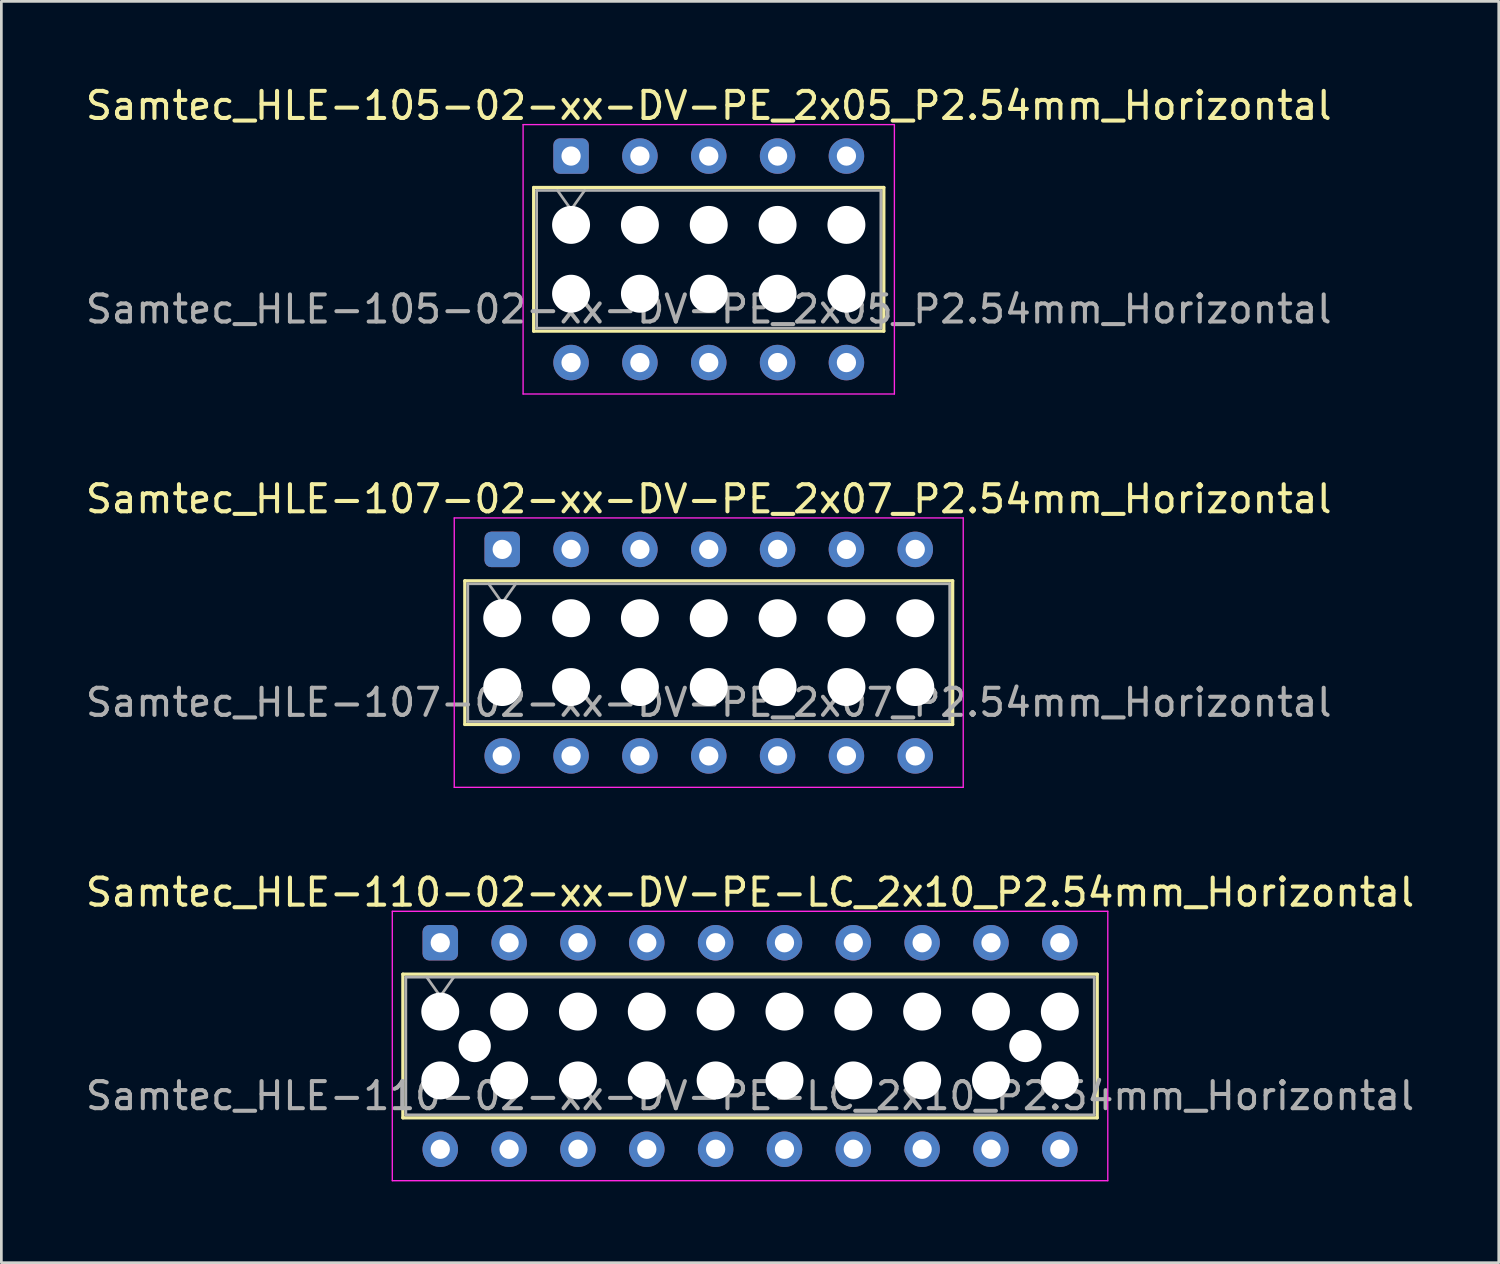
<source format=kicad_pcb>
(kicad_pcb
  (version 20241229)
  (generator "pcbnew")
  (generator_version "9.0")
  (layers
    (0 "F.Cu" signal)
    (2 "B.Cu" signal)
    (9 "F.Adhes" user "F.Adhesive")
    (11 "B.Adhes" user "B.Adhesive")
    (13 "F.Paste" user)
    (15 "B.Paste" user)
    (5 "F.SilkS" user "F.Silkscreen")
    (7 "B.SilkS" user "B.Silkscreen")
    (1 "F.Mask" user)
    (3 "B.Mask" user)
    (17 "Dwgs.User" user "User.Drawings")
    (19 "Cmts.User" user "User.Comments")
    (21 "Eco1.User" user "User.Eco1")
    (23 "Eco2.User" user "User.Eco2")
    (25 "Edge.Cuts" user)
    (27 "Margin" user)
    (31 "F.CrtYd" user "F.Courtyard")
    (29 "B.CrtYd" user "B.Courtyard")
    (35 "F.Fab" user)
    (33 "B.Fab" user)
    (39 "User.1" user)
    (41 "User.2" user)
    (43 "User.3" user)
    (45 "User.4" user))
  (footprint "Samtec_HLE-107-02-xx-DV-PE_2x07_P2.54mm_Horizontal"
    (layer "F.Cu")
    (at 15.481 17.221)
    (property "Reference" "Samtec_HLE-107-02-xx-DV-PE_2x07_P2.54mm_Horizontal" (at 7.62 -1.86 0) (layer "F.SilkS") (effects (font (size 1 1) (thickness 0.15))))
    (attr through_hole)
    (fp_line (start -1.38 1.16) (end 16.62 1.16) (stroke (width 0.12) (type solid)) (layer "F.SilkS"))
    (fp_line (start -1.38 6.46) (end -1.38 1.16) (stroke (width 0.12) (type solid)) (layer "F.SilkS"))
    (fp_line (start 16.62 1.16) (end 16.62 6.46) (stroke (width 0.12) (type solid)) (layer "F.SilkS"))
    (fp_line (start 16.62 6.46) (end -1.38 6.46) (stroke (width 0.12) (type solid)) (layer "F.SilkS"))
    (fp_line (start -1.77 -1.16) (end 17.01 -1.16) (stroke (width 0.05) (type solid)) (layer "F.CrtYd"))
    (fp_line (start -1.77 8.78) (end -1.77 -1.16) (stroke (width 0.05) (type solid)) (layer "F.CrtYd"))
    (fp_line (start 17.01 -1.16) (end 17.01 8.78) (stroke (width 0.05) (type solid)) (layer "F.CrtYd"))
    (fp_line (start 17.01 8.78) (end -1.77 8.78) (stroke (width 0.05) (type solid)) (layer "F.CrtYd"))
    (fp_line (start -1.27 1.27) (end 16.51 1.27) (stroke (width 0.1) (type solid)) (layer "F.Fab"))
    (fp_line (start -1.27 6.35) (end -1.27 1.27) (stroke (width 0.1) (type solid)) (layer "F.Fab"))
    (fp_line (start -0.5 1.27) (end 0 1.977) (stroke (width 0.1) (type solid)) (layer "F.Fab"))
    (fp_line (start 0 1.977) (end 0.5 1.27) (stroke (width 0.1) (type solid)) (layer "F.Fab"))
    (fp_line (start 16.51 1.27) (end 16.51 6.35) (stroke (width 0.1) (type solid)) (layer "F.Fab"))
    (fp_line (start 16.51 6.35) (end -1.27 6.35) (stroke (width 0.1) (type solid)) (layer "F.Fab"))
    (fp_text user "${REFERENCE}" (at 7.62 5.65 0) (layer "F.Fab") (effects (font (size 1 1) (thickness 0.15))))
    (pad "" np_thru_hole circle (at 0 2.54) (size 1.4 1.4) (drill 1.4) (layers "*.Cu" "*.Mask"))
    (pad "" np_thru_hole circle (at 0 5.08) (size 1.4 1.4) (drill 1.4) (layers "*.Cu" "*.Mask"))
    (pad "" np_thru_hole circle (at 2.54 2.54) (size 1.4 1.4) (drill 1.4) (layers "*.Cu" "*.Mask"))
    (pad "" np_thru_hole circle (at 2.54 5.08) (size 1.4 1.4) (drill 1.4) (layers "*.Cu" "*.Mask"))
    (pad "" np_thru_hole circle (at 5.08 2.54) (size 1.4 1.4) (drill 1.4) (layers "*.Cu" "*.Mask"))
    (pad "" np_thru_hole circle (at 5.08 5.08) (size 1.4 1.4) (drill 1.4) (layers "*.Cu" "*.Mask"))
    (pad "" np_thru_hole circle (at 7.62 2.54) (size 1.4 1.4) (drill 1.4) (layers "*.Cu" "*.Mask"))
    (pad "" np_thru_hole circle (at 7.62 5.08) (size 1.4 1.4) (drill 1.4) (layers "*.Cu" "*.Mask"))
    (pad "" np_thru_hole circle (at 10.16 2.54) (size 1.4 1.4) (drill 1.4) (layers "*.Cu" "*.Mask"))
    (pad "" np_thru_hole circle (at 10.16 5.08) (size 1.4 1.4) (drill 1.4) (layers "*.Cu" "*.Mask"))
    (pad "" np_thru_hole circle (at 12.7 2.54) (size 1.4 1.4) (drill 1.4) (layers "*.Cu" "*.Mask"))
    (pad "" np_thru_hole circle (at 12.7 5.08) (size 1.4 1.4) (drill 1.4) (layers "*.Cu" "*.Mask"))
    (pad "" np_thru_hole circle (at 15.24 2.54) (size 1.4 1.4) (drill 1.4) (layers "*.Cu" "*.Mask"))
    (pad "" np_thru_hole circle (at 15.24 5.08) (size 1.4 1.4) (drill 1.4) (layers "*.Cu" "*.Mask"))
    (pad "1" thru_hole roundrect (at 0 0) (size 1.31 1.31) (drill 0.71) (layers "*.Cu" "*.Mask") (roundrect_rratio 0.191))
    (pad "2" thru_hole circle (at 0 7.62) (size 1.31 1.31) (drill 0.71) (layers "*.Cu" "*.Mask"))
    (pad "3" thru_hole circle (at 2.54 0) (size 1.31 1.31) (drill 0.71) (layers "*.Cu" "*.Mask"))
    (pad "4" thru_hole circle (at 2.54 7.62) (size 1.31 1.31) (drill 0.71) (layers "*.Cu" "*.Mask"))
    (pad "5" thru_hole circle (at 5.08 0) (size 1.31 1.31) (drill 0.71) (layers "*.Cu" "*.Mask"))
    (pad "6" thru_hole circle (at 5.08 7.62) (size 1.31 1.31) (drill 0.71) (layers "*.Cu" "*.Mask"))
    (pad "7" thru_hole circle (at 7.62 0) (size 1.31 1.31) (drill 0.71) (layers "*.Cu" "*.Mask"))
    (pad "8" thru_hole circle (at 7.62 7.62) (size 1.31 1.31) (drill 0.71) (layers "*.Cu" "*.Mask"))
    (pad "9" thru_hole circle (at 10.16 0) (size 1.31 1.31) (drill 0.71) (layers "*.Cu" "*.Mask"))
    (pad "10" thru_hole circle (at 10.16 7.62) (size 1.31 1.31) (drill 0.71) (layers "*.Cu" "*.Mask"))
    (pad "11" thru_hole circle (at 12.7 0) (size 1.31 1.31) (drill 0.71) (layers "*.Cu" "*.Mask"))
    (pad "12" thru_hole circle (at 12.7 7.62) (size 1.31 1.31) (drill 0.71) (layers "*.Cu" "*.Mask"))
    (pad "13" thru_hole circle (at 15.24 0) (size 1.31 1.31) (drill 0.71) (layers "*.Cu" "*.Mask"))
    (pad "14" thru_hole circle (at 15.24 7.62) (size 1.31 1.31) (drill 0.71) (layers "*.Cu" "*.Mask")))
  (footprint "Samtec_HLE-105-02-xx-DV-PE_2x05_P2.54mm_Horizontal"
    (layer "F.Cu")
    (at 18.021 2.708)
    (property "Reference" "Samtec_HLE-105-02-xx-DV-PE_2x05_P2.54mm_Horizontal" (at 5.08 -1.86 0) (layer "F.SilkS") (effects (font (size 1 1) (thickness 0.15))))
    (attr through_hole)
    (fp_line (start -1.38 1.16) (end 11.54 1.16) (stroke (width 0.12) (type solid)) (layer "F.SilkS"))
    (fp_line (start -1.38 6.46) (end -1.38 1.16) (stroke (width 0.12) (type solid)) (layer "F.SilkS"))
    (fp_line (start 11.54 1.16) (end 11.54 6.46) (stroke (width 0.12) (type solid)) (layer "F.SilkS"))
    (fp_line (start 11.54 6.46) (end -1.38 6.46) (stroke (width 0.12) (type solid)) (layer "F.SilkS"))
    (fp_line (start -1.77 -1.16) (end 11.93 -1.16) (stroke (width 0.05) (type solid)) (layer "F.CrtYd"))
    (fp_line (start -1.77 8.78) (end -1.77 -1.16) (stroke (width 0.05) (type solid)) (layer "F.CrtYd"))
    (fp_line (start 11.93 -1.16) (end 11.93 8.78) (stroke (width 0.05) (type solid)) (layer "F.CrtYd"))
    (fp_line (start 11.93 8.78) (end -1.77 8.78) (stroke (width 0.05) (type solid)) (layer "F.CrtYd"))
    (fp_line (start -1.27 1.27) (end 11.43 1.27) (stroke (width 0.1) (type solid)) (layer "F.Fab"))
    (fp_line (start -1.27 6.35) (end -1.27 1.27) (stroke (width 0.1) (type solid)) (layer "F.Fab"))
    (fp_line (start -0.5 1.27) (end 0 1.977) (stroke (width 0.1) (type solid)) (layer "F.Fab"))
    (fp_line (start 0 1.977) (end 0.5 1.27) (stroke (width 0.1) (type solid)) (layer "F.Fab"))
    (fp_line (start 11.43 1.27) (end 11.43 6.35) (stroke (width 0.1) (type solid)) (layer "F.Fab"))
    (fp_line (start 11.43 6.35) (end -1.27 6.35) (stroke (width 0.1) (type solid)) (layer "F.Fab"))
    (fp_text user "${REFERENCE}" (at 5.08 5.65 0) (layer "F.Fab") (effects (font (size 1 1) (thickness 0.15))))
    (pad "" np_thru_hole circle (at 0 2.54) (size 1.4 1.4) (drill 1.4) (layers "*.Cu" "*.Mask"))
    (pad "" np_thru_hole circle (at 0 5.08) (size 1.4 1.4) (drill 1.4) (layers "*.Cu" "*.Mask"))
    (pad "" np_thru_hole circle (at 2.54 2.54) (size 1.4 1.4) (drill 1.4) (layers "*.Cu" "*.Mask"))
    (pad "" np_thru_hole circle (at 2.54 5.08) (size 1.4 1.4) (drill 1.4) (layers "*.Cu" "*.Mask"))
    (pad "" np_thru_hole circle (at 5.08 2.54) (size 1.4 1.4) (drill 1.4) (layers "*.Cu" "*.Mask"))
    (pad "" np_thru_hole circle (at 5.08 5.08) (size 1.4 1.4) (drill 1.4) (layers "*.Cu" "*.Mask"))
    (pad "" np_thru_hole circle (at 7.62 2.54) (size 1.4 1.4) (drill 1.4) (layers "*.Cu" "*.Mask"))
    (pad "" np_thru_hole circle (at 7.62 5.08) (size 1.4 1.4) (drill 1.4) (layers "*.Cu" "*.Mask"))
    (pad "" np_thru_hole circle (at 10.16 2.54) (size 1.4 1.4) (drill 1.4) (layers "*.Cu" "*.Mask"))
    (pad "" np_thru_hole circle (at 10.16 5.08) (size 1.4 1.4) (drill 1.4) (layers "*.Cu" "*.Mask"))
    (pad "1" thru_hole roundrect (at 0 0) (size 1.31 1.31) (drill 0.71) (layers "*.Cu" "*.Mask") (roundrect_rratio 0.191))
    (pad "2" thru_hole circle (at 0 7.62) (size 1.31 1.31) (drill 0.71) (layers "*.Cu" "*.Mask"))
    (pad "3" thru_hole circle (at 2.54 0) (size 1.31 1.31) (drill 0.71) (layers "*.Cu" "*.Mask"))
    (pad "4" thru_hole circle (at 2.54 7.62) (size 1.31 1.31) (drill 0.71) (layers "*.Cu" "*.Mask"))
    (pad "5" thru_hole circle (at 5.08 0) (size 1.31 1.31) (drill 0.71) (layers "*.Cu" "*.Mask"))
    (pad "6" thru_hole circle (at 5.08 7.62) (size 1.31 1.31) (drill 0.71) (layers "*.Cu" "*.Mask"))
    (pad "7" thru_hole circle (at 7.62 0) (size 1.31 1.31) (drill 0.71) (layers "*.Cu" "*.Mask"))
    (pad "8" thru_hole circle (at 7.62 7.62) (size 1.31 1.31) (drill 0.71) (layers "*.Cu" "*.Mask"))
    (pad "9" thru_hole circle (at 10.16 0) (size 1.31 1.31) (drill 0.71) (layers "*.Cu" "*.Mask"))
    (pad "10" thru_hole circle (at 10.16 7.62) (size 1.31 1.31) (drill 0.71) (layers "*.Cu" "*.Mask")))
  (footprint "Samtec_HLE-110-02-xx-DV-PE-LC_2x10_P2.54mm_Horizontal"
    (layer "F.Cu")
    (at 13.195 31.735)
    (property "Reference" "Samtec_HLE-110-02-xx-DV-PE-LC_2x10_P2.54mm_Horizontal" (at 11.43 -1.86 0) (layer "F.SilkS") (effects (font (size 1 1) (thickness 0.15))))
    (attr through_hole)
    (fp_line (start -1.38 1.16) (end 24.24 1.16) (stroke (width 0.12) (type solid)) (layer "F.SilkS"))
    (fp_line (start -1.38 6.46) (end -1.38 1.16) (stroke (width 0.12) (type solid)) (layer "F.SilkS"))
    (fp_line (start 24.24 1.16) (end 24.24 6.46) (stroke (width 0.12) (type solid)) (layer "F.SilkS"))
    (fp_line (start 24.24 6.46) (end -1.38 6.46) (stroke (width 0.12) (type solid)) (layer "F.SilkS"))
    (fp_line (start -1.77 -1.16) (end 24.63 -1.16) (stroke (width 0.05) (type solid)) (layer "F.CrtYd"))
    (fp_line (start -1.77 8.78) (end -1.77 -1.16) (stroke (width 0.05) (type solid)) (layer "F.CrtYd"))
    (fp_line (start 24.63 -1.16) (end 24.63 8.78) (stroke (width 0.05) (type solid)) (layer "F.CrtYd"))
    (fp_line (start 24.63 8.78) (end -1.77 8.78) (stroke (width 0.05) (type solid)) (layer "F.CrtYd"))
    (fp_line (start -1.27 1.27) (end 24.13 1.27) (stroke (width 0.1) (type solid)) (layer "F.Fab"))
    (fp_line (start -1.27 6.35) (end -1.27 1.27) (stroke (width 0.1) (type solid)) (layer "F.Fab"))
    (fp_line (start -0.5 1.27) (end 0 1.977) (stroke (width 0.1) (type solid)) (layer "F.Fab"))
    (fp_line (start 0 1.977) (end 0.5 1.27) (stroke (width 0.1) (type solid)) (layer "F.Fab"))
    (fp_line (start 24.13 1.27) (end 24.13 6.35) (stroke (width 0.1) (type solid)) (layer "F.Fab"))
    (fp_line (start 24.13 6.35) (end -1.27 6.35) (stroke (width 0.1) (type solid)) (layer "F.Fab"))
    (fp_text user "${REFERENCE}" (at 11.43 5.65 0) (layer "F.Fab") (effects (font (size 1 1) (thickness 0.15))))
    (pad "" np_thru_hole circle (at 0 2.54) (size 1.4 1.4) (drill 1.4) (layers "*.Cu" "*.Mask"))
    (pad "" np_thru_hole circle (at 0 5.08) (size 1.4 1.4) (drill 1.4) (layers "*.Cu" "*.Mask"))
    (pad "" np_thru_hole circle (at 1.27 3.81) (size 1.19 1.19) (drill 1.19) (layers "*.Cu" "*.Mask"))
    (pad "" np_thru_hole circle (at 2.54 2.54) (size 1.4 1.4) (drill 1.4) (layers "*.Cu" "*.Mask"))
    (pad "" np_thru_hole circle (at 2.54 5.08) (size 1.4 1.4) (drill 1.4) (layers "*.Cu" "*.Mask"))
    (pad "" np_thru_hole circle (at 5.08 2.54) (size 1.4 1.4) (drill 1.4) (layers "*.Cu" "*.Mask"))
    (pad "" np_thru_hole circle (at 5.08 5.08) (size 1.4 1.4) (drill 1.4) (layers "*.Cu" "*.Mask"))
    (pad "" np_thru_hole circle (at 7.62 2.54) (size 1.4 1.4) (drill 1.4) (layers "*.Cu" "*.Mask"))
    (pad "" np_thru_hole circle (at 7.62 5.08) (size 1.4 1.4) (drill 1.4) (layers "*.Cu" "*.Mask"))
    (pad "" np_thru_hole circle (at 10.16 2.54) (size 1.4 1.4) (drill 1.4) (layers "*.Cu" "*.Mask"))
    (pad "" np_thru_hole circle (at 10.16 5.08) (size 1.4 1.4) (drill 1.4) (layers "*.Cu" "*.Mask"))
    (pad "" np_thru_hole circle (at 12.7 2.54) (size 1.4 1.4) (drill 1.4) (layers "*.Cu" "*.Mask"))
    (pad "" np_thru_hole circle (at 12.7 5.08) (size 1.4 1.4) (drill 1.4) (layers "*.Cu" "*.Mask"))
    (pad "" np_thru_hole circle (at 15.24 2.54) (size 1.4 1.4) (drill 1.4) (layers "*.Cu" "*.Mask"))
    (pad "" np_thru_hole circle (at 15.24 5.08) (size 1.4 1.4) (drill 1.4) (layers "*.Cu" "*.Mask"))
    (pad "" np_thru_hole circle (at 17.78 2.54) (size 1.4 1.4) (drill 1.4) (layers "*.Cu" "*.Mask"))
    (pad "" np_thru_hole circle (at 17.78 5.08) (size 1.4 1.4) (drill 1.4) (layers "*.Cu" "*.Mask"))
    (pad "" np_thru_hole circle (at 20.32 2.54) (size 1.4 1.4) (drill 1.4) (layers "*.Cu" "*.Mask"))
    (pad "" np_thru_hole circle (at 20.32 5.08) (size 1.4 1.4) (drill 1.4) (layers "*.Cu" "*.Mask"))
    (pad "" np_thru_hole circle (at 21.59 3.81) (size 1.19 1.19) (drill 1.19) (layers "*.Cu" "*.Mask"))
    (pad "" np_thru_hole circle (at 22.86 2.54) (size 1.4 1.4) (drill 1.4) (layers "*.Cu" "*.Mask"))
    (pad "" np_thru_hole circle (at 22.86 5.08) (size 1.4 1.4) (drill 1.4) (layers "*.Cu" "*.Mask"))
    (pad "1" thru_hole roundrect (at 0 0) (size 1.31 1.31) (drill 0.71) (layers "*.Cu" "*.Mask") (roundrect_rratio 0.191))
    (pad "2" thru_hole circle (at 0 7.62) (size 1.31 1.31) (drill 0.71) (layers "*.Cu" "*.Mask"))
    (pad "3" thru_hole circle (at 2.54 0) (size 1.31 1.31) (drill 0.71) (layers "*.Cu" "*.Mask"))
    (pad "4" thru_hole circle (at 2.54 7.62) (size 1.31 1.31) (drill 0.71) (layers "*.Cu" "*.Mask"))
    (pad "5" thru_hole circle (at 5.08 0) (size 1.31 1.31) (drill 0.71) (layers "*.Cu" "*.Mask"))
    (pad "6" thru_hole circle (at 5.08 7.62) (size 1.31 1.31) (drill 0.71) (layers "*.Cu" "*.Mask"))
    (pad "7" thru_hole circle (at 7.62 0) (size 1.31 1.31) (drill 0.71) (layers "*.Cu" "*.Mask"))
    (pad "8" thru_hole circle (at 7.62 7.62) (size 1.31 1.31) (drill 0.71) (layers "*.Cu" "*.Mask"))
    (pad "9" thru_hole circle (at 10.16 0) (size 1.31 1.31) (drill 0.71) (layers "*.Cu" "*.Mask"))
    (pad "10" thru_hole circle (at 10.16 7.62) (size 1.31 1.31) (drill 0.71) (layers "*.Cu" "*.Mask"))
    (pad "11" thru_hole circle (at 12.7 0) (size 1.31 1.31) (drill 0.71) (layers "*.Cu" "*.Mask"))
    (pad "12" thru_hole circle (at 12.7 7.62) (size 1.31 1.31) (drill 0.71) (layers "*.Cu" "*.Mask"))
    (pad "13" thru_hole circle (at 15.24 0) (size 1.31 1.31) (drill 0.71) (layers "*.Cu" "*.Mask"))
    (pad "14" thru_hole circle (at 15.24 7.62) (size 1.31 1.31) (drill 0.71) (layers "*.Cu" "*.Mask"))
    (pad "15" thru_hole circle (at 17.78 0) (size 1.31 1.31) (drill 0.71) (layers "*.Cu" "*.Mask"))
    (pad "16" thru_hole circle (at 17.78 7.62) (size 1.31 1.31) (drill 0.71) (layers "*.Cu" "*.Mask"))
    (pad "17" thru_hole circle (at 20.32 0) (size 1.31 1.31) (drill 0.71) (layers "*.Cu" "*.Mask"))
    (pad "18" thru_hole circle (at 20.32 7.62) (size 1.31 1.31) (drill 0.71) (layers "*.Cu" "*.Mask"))
    (pad "19" thru_hole circle (at 22.86 0) (size 1.31 1.31) (drill 0.71) (layers "*.Cu" "*.Mask"))
    (pad "20" thru_hole circle (at 22.86 7.62) (size 1.31 1.31) (drill 0.71) (layers "*.Cu" "*.Mask")))
  (gr_rect
    (start -3 -3)
    (end 52.25 43.54)
    (stroke (width 0.1) (type default))
    (fill no)
    (layer "Edge.Cuts")))
</source>
